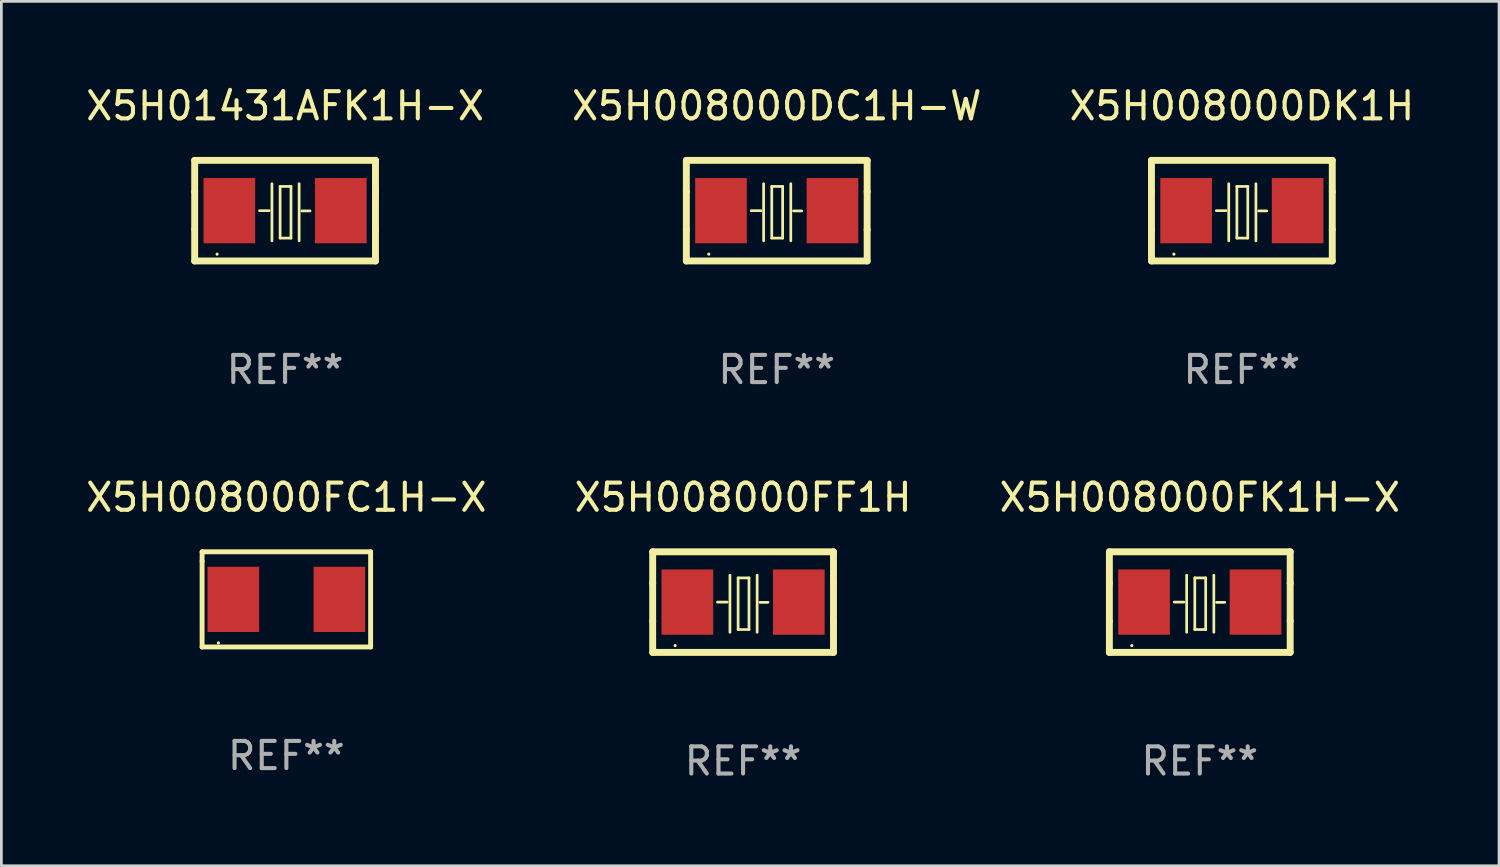
<source format=kicad_pcb>
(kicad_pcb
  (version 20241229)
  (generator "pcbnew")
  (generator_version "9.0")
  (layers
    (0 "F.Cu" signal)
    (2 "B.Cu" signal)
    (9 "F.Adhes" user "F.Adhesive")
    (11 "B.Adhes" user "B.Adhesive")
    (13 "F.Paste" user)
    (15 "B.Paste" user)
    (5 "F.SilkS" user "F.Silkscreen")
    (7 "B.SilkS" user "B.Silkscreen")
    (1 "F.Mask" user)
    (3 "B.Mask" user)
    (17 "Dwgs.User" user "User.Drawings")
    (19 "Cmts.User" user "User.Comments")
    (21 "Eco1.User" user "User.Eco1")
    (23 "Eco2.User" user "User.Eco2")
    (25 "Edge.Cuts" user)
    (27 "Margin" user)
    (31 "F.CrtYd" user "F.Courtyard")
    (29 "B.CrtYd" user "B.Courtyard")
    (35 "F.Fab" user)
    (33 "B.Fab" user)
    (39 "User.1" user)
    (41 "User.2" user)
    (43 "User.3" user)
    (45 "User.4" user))
  (footprint "X5H01431AFK1H-X"
    (layer "F.Cu")
    (at 7.435 4.698)
    (property "Reference" "X5H01431AFK1H-X" (at 0 -3.85 0) (layer "F.SilkS") (effects (font (size 1 1) (thickness 0.15))))
    (attr through_hole)
    (fp_line (start -3.325 0.7) (end -3.325 -0.7) (stroke (width 0.254) (type solid)) (layer "F.SilkS"))
    (fp_line (start -3.325 -1.85) (end 3.325 -1.85) (stroke (width 0.254) (type solid)) (layer "F.SilkS"))
    (fp_line (start -3.325 -0.7) (end -3.325 -1.85) (stroke (width 0.254) (type solid)) (layer "F.SilkS"))
    (fp_line (start -3.325 1.85) (end -3.325 0.7) (stroke (width 0.254) (type solid)) (layer "F.SilkS"))
    (fp_line (start -0.94 -0.000127) (end -0.584 -0.000127) (stroke (width 0.1) (type solid)) (layer "F.SilkS"))
    (fp_line (start -0.483 -0.991) (end -0.483 1.109) (stroke (width 0.1) (type solid)) (layer "F.SilkS"))
    (fp_line (start -0.183 -0.891) (end -0.183 1.009) (stroke (width 0.1) (type solid)) (layer "F.SilkS"))
    (fp_line (start -0.183 1.009) (end 0.217 1.009) (stroke (width 0.1) (type solid)) (layer "F.SilkS"))
    (fp_line (start 0.217 -0.891) (end -0.183 -0.891) (stroke (width 0.1) (type solid)) (layer "F.SilkS"))
    (fp_line (start 0.217 1.009) (end 0.217 -0.891) (stroke (width 0.1) (type solid)) (layer "F.SilkS"))
    (fp_line (start 0.517 -0.991) (end 0.517 1.109) (stroke (width 0.1) (type solid)) (layer "F.SilkS"))
    (fp_line (start 0.617 0.009) (end 0.917 0.009) (stroke (width 0.1) (type solid)) (layer "F.SilkS"))
    (fp_line (start 3.325 -1.85) (end 3.325 -0.7) (stroke (width 0.254) (type solid)) (layer "F.SilkS"))
    (fp_line (start 3.325 0.7) (end 3.325 1.85) (stroke (width 0.254) (type solid)) (layer "F.SilkS"))
    (fp_line (start 3.325 1.85) (end -3.325 1.85) (stroke (width 0.254) (type solid)) (layer "F.SilkS"))
    (fp_line (start 3.325 -0.7) (end 3.325 0.7) (stroke (width 0.254) (type solid)) (layer "F.SilkS"))
    (fp_circle (center -2.5 1.6) (end -2.47 1.6) (stroke (width 0.06) (type solid)) (fill no) (layer "F.SilkS"))
    (fp_text user "REF**" (at 0 5.85 0) (layer "F.Fab") (effects (font (size 1 1) (thickness 0.15))))
    (pad "1" smd rect (at -2.05 -0.000127) (size 1.9 2.4) (layers "F.Cu" "F.Mask" "F.Paste"))
    (pad "2" smd rect (at 2.05 -0.000127) (size 1.9 2.4) (layers "F.Cu" "F.Mask" "F.Paste")))
  (footprint "X5H008000FK1H-X"
    (layer "F.Cu")
    (at 41.077 19.095)
    (property "Reference" "X5H008000FK1H-X" (at 0 -3.85 0) (layer "F.SilkS") (effects (font (size 1 1) (thickness 0.15))))
    (attr through_hole)
    (fp_line (start -3.325 0.7) (end -3.325 -0.7) (stroke (width 0.254) (type solid)) (layer "F.SilkS"))
    (fp_line (start -3.325 -1.85) (end 3.325 -1.85) (stroke (width 0.254) (type solid)) (layer "F.SilkS"))
    (fp_line (start -3.325 -0.7) (end -3.325 -1.85) (stroke (width 0.254) (type solid)) (layer "F.SilkS"))
    (fp_line (start -3.325 1.85) (end -3.325 0.7) (stroke (width 0.254) (type solid)) (layer "F.SilkS"))
    (fp_line (start -0.94 -0.000127) (end -0.584 -0.000127) (stroke (width 0.1) (type solid)) (layer "F.SilkS"))
    (fp_line (start -0.483 -0.991) (end -0.483 1.109) (stroke (width 0.1) (type solid)) (layer "F.SilkS"))
    (fp_line (start -0.183 -0.891) (end -0.183 1.009) (stroke (width 0.1) (type solid)) (layer "F.SilkS"))
    (fp_line (start -0.183 1.009) (end 0.217 1.009) (stroke (width 0.1) (type solid)) (layer "F.SilkS"))
    (fp_line (start 0.217 -0.891) (end -0.183 -0.891) (stroke (width 0.1) (type solid)) (layer "F.SilkS"))
    (fp_line (start 0.217 1.009) (end 0.217 -0.891) (stroke (width 0.1) (type solid)) (layer "F.SilkS"))
    (fp_line (start 0.517 -0.991) (end 0.517 1.109) (stroke (width 0.1) (type solid)) (layer "F.SilkS"))
    (fp_line (start 0.617 0.009) (end 0.917 0.009) (stroke (width 0.1) (type solid)) (layer "F.SilkS"))
    (fp_line (start 3.325 -1.85) (end 3.325 -0.7) (stroke (width 0.254) (type solid)) (layer "F.SilkS"))
    (fp_line (start 3.325 0.7) (end 3.325 1.85) (stroke (width 0.254) (type solid)) (layer "F.SilkS"))
    (fp_line (start 3.325 1.85) (end -3.325 1.85) (stroke (width 0.254) (type solid)) (layer "F.SilkS"))
    (fp_line (start 3.325 -0.7) (end 3.325 0.7) (stroke (width 0.254) (type solid)) (layer "F.SilkS"))
    (fp_circle (center -2.5 1.6) (end -2.47 1.6) (stroke (width 0.06) (type solid)) (fill no) (layer "F.SilkS"))
    (fp_text user "REF**" (at 0 5.85 0) (layer "F.Fab") (effects (font (size 1 1) (thickness 0.15))))
    (pad "1" smd rect (at -2.05 -0.000127) (size 1.9 2.4) (layers "F.Cu" "F.Mask" "F.Paste"))
    (pad "2" smd rect (at 2.05 -0.000127) (size 1.9 2.4) (layers "F.Cu" "F.Mask" "F.Paste")))
  (footprint "X5H008000DC1H-W"
    (layer "F.Cu")
    (at 25.518 4.698)
    (property "Reference" "X5H008000DC1H-W" (at 0 -3.85 0) (layer "F.SilkS") (effects (font (size 1 1) (thickness 0.15))))
    (attr through_hole)
    (fp_line (start -3.325 0.7) (end -3.325 -0.7) (stroke (width 0.254) (type solid)) (layer "F.SilkS"))
    (fp_line (start -3.325 -1.85) (end 3.325 -1.85) (stroke (width 0.254) (type solid)) (layer "F.SilkS"))
    (fp_line (start -3.325 -0.7) (end -3.325 -1.85) (stroke (width 0.254) (type solid)) (layer "F.SilkS"))
    (fp_line (start -3.325 1.85) (end -3.325 0.7) (stroke (width 0.254) (type solid)) (layer "F.SilkS"))
    (fp_line (start -0.94 -0.000127) (end -0.584 -0.000127) (stroke (width 0.1) (type solid)) (layer "F.SilkS"))
    (fp_line (start -0.483 -0.991) (end -0.483 1.109) (stroke (width 0.1) (type solid)) (layer "F.SilkS"))
    (fp_line (start -0.183 -0.891) (end -0.183 1.009) (stroke (width 0.1) (type solid)) (layer "F.SilkS"))
    (fp_line (start -0.183 1.009) (end 0.217 1.009) (stroke (width 0.1) (type solid)) (layer "F.SilkS"))
    (fp_line (start 0.217 -0.891) (end -0.183 -0.891) (stroke (width 0.1) (type solid)) (layer "F.SilkS"))
    (fp_line (start 0.217 1.009) (end 0.217 -0.891) (stroke (width 0.1) (type solid)) (layer "F.SilkS"))
    (fp_line (start 0.517 -0.991) (end 0.517 1.109) (stroke (width 0.1) (type solid)) (layer "F.SilkS"))
    (fp_line (start 0.617 0.009) (end 0.917 0.009) (stroke (width 0.1) (type solid)) (layer "F.SilkS"))
    (fp_line (start 3.325 -1.85) (end 3.325 -0.7) (stroke (width 0.254) (type solid)) (layer "F.SilkS"))
    (fp_line (start 3.325 0.7) (end 3.325 1.85) (stroke (width 0.254) (type solid)) (layer "F.SilkS"))
    (fp_line (start 3.325 1.85) (end -3.325 1.85) (stroke (width 0.254) (type solid)) (layer "F.SilkS"))
    (fp_line (start 3.325 -0.7) (end 3.325 0.7) (stroke (width 0.254) (type solid)) (layer "F.SilkS"))
    (fp_circle (center -2.5 1.6) (end -2.47 1.6) (stroke (width 0.06) (type solid)) (fill no) (layer "F.SilkS"))
    (fp_text user "REF**" (at 0 5.85 0) (layer "F.Fab") (effects (font (size 1 1) (thickness 0.15))))
    (pad "1" smd rect (at -2.05 -0.000127) (size 1.9 2.4) (layers "F.Cu" "F.Mask" "F.Paste"))
    (pad "2" smd rect (at 2.05 -0.000127) (size 1.9 2.4) (layers "F.Cu" "F.Mask" "F.Paste")))
  (footprint "X5H008000FC1H-X"
    (layer "F.Cu")
    (at 7.482 18.995)
    (property "Reference" "X5H008000FC1H-X" (at 0 -3.75 0) (layer "F.SilkS") (effects (font (size 1 1) (thickness 0.15))))
    (attr through_hole)
    (fp_line (start -3.099 -1.75) (end 3.099 -1.75) (stroke (width 0.18) (type solid)) (layer "F.SilkS"))
    (fp_line (start -3.099 -1.4) (end -3.099 -1.75) (stroke (width 0.18) (type solid)) (layer "F.SilkS"))
    (fp_line (start -3.099 1.75) (end -3.099 -1.4) (stroke (width 0.18) (type solid)) (layer "F.SilkS"))
    (fp_line (start 3.099 -1.75) (end 3.099 1.75) (stroke (width 0.18) (type solid)) (layer "F.SilkS"))
    (fp_line (start 3.099 1.75) (end -3.099 1.75) (stroke (width 0.18) (type solid)) (layer "F.SilkS"))
    (fp_circle (center -2.5 1.6) (end -2.47 1.6) (stroke (width 0.06) (type solid)) (fill no) (layer "F.SilkS"))
    (fp_text user "REF**" (at 0 5.75 0) (layer "F.Fab") (effects (font (size 1 1) (thickness 0.15))))
    (pad "1" smd rect (at -1.95 0) (size 1.9 2.4) (layers "F.Cu" "F.Mask" "F.Paste"))
    (pad "2" smd rect (at 1.95 0) (size 1.9 2.4) (layers "F.Cu" "F.Mask" "F.Paste")))
  (footprint "X5H008000FF1H"
    (layer "F.Cu")
    (at 24.28 19.095)
    (property "Reference" "X5H008000FF1H" (at 0 -3.85 0) (layer "F.SilkS") (effects (font (size 1 1) (thickness 0.15))))
    (attr through_hole)
    (fp_line (start -3.325 0.7) (end -3.325 -0.7) (stroke (width 0.254) (type solid)) (layer "F.SilkS"))
    (fp_line (start -3.325 -1.85) (end 3.325 -1.85) (stroke (width 0.254) (type solid)) (layer "F.SilkS"))
    (fp_line (start -3.325 -0.7) (end -3.325 -1.85) (stroke (width 0.254) (type solid)) (layer "F.SilkS"))
    (fp_line (start -3.325 1.85) (end -3.325 0.7) (stroke (width 0.254) (type solid)) (layer "F.SilkS"))
    (fp_line (start -0.94 -0.000127) (end -0.584 -0.000127) (stroke (width 0.1) (type solid)) (layer "F.SilkS"))
    (fp_line (start -0.483 -0.991) (end -0.483 1.109) (stroke (width 0.1) (type solid)) (layer "F.SilkS"))
    (fp_line (start -0.183 -0.891) (end -0.183 1.009) (stroke (width 0.1) (type solid)) (layer "F.SilkS"))
    (fp_line (start -0.183 1.009) (end 0.217 1.009) (stroke (width 0.1) (type solid)) (layer "F.SilkS"))
    (fp_line (start 0.217 -0.891) (end -0.183 -0.891) (stroke (width 0.1) (type solid)) (layer "F.SilkS"))
    (fp_line (start 0.217 1.009) (end 0.217 -0.891) (stroke (width 0.1) (type solid)) (layer "F.SilkS"))
    (fp_line (start 0.517 -0.991) (end 0.517 1.109) (stroke (width 0.1) (type solid)) (layer "F.SilkS"))
    (fp_line (start 0.617 0.009) (end 0.917 0.009) (stroke (width 0.1) (type solid)) (layer "F.SilkS"))
    (fp_line (start 3.325 -1.85) (end 3.325 -0.7) (stroke (width 0.254) (type solid)) (layer "F.SilkS"))
    (fp_line (start 3.325 0.7) (end 3.325 1.85) (stroke (width 0.254) (type solid)) (layer "F.SilkS"))
    (fp_line (start 3.325 1.85) (end -3.325 1.85) (stroke (width 0.254) (type solid)) (layer "F.SilkS"))
    (fp_line (start 3.325 -0.7) (end 3.325 0.7) (stroke (width 0.254) (type solid)) (layer "F.SilkS"))
    (fp_circle (center -2.5 1.6) (end -2.47 1.6) (stroke (width 0.06) (type solid)) (fill no) (layer "F.SilkS"))
    (fp_text user "REF**" (at 0 5.85 0) (layer "F.Fab") (effects (font (size 1 1) (thickness 0.15))))
    (pad "1" smd rect (at -2.05 -0.000127) (size 1.9 2.4) (layers "F.Cu" "F.Mask" "F.Paste"))
    (pad "2" smd rect (at 2.05 -0.000127) (size 1.9 2.4) (layers "F.Cu" "F.Mask" "F.Paste")))
  (footprint "X5H008000DK1H"
    (layer "F.Cu")
    (at 42.625 4.698)
    (property "Reference" "X5H008000DK1H" (at 0 -3.85 0) (layer "F.SilkS") (effects (font (size 1 1) (thickness 0.15))))
    (attr through_hole)
    (fp_line (start -3.325 0.7) (end -3.325 -0.7) (stroke (width 0.254) (type solid)) (layer "F.SilkS"))
    (fp_line (start -3.325 -1.85) (end 3.325 -1.85) (stroke (width 0.254) (type solid)) (layer "F.SilkS"))
    (fp_line (start -3.325 -0.7) (end -3.325 -1.85) (stroke (width 0.254) (type solid)) (layer "F.SilkS"))
    (fp_line (start -3.325 1.85) (end -3.325 0.7) (stroke (width 0.254) (type solid)) (layer "F.SilkS"))
    (fp_line (start -0.94 -0.000127) (end -0.584 -0.000127) (stroke (width 0.1) (type solid)) (layer "F.SilkS"))
    (fp_line (start -0.483 -0.991) (end -0.483 1.109) (stroke (width 0.1) (type solid)) (layer "F.SilkS"))
    (fp_line (start -0.183 -0.891) (end -0.183 1.009) (stroke (width 0.1) (type solid)) (layer "F.SilkS"))
    (fp_line (start -0.183 1.009) (end 0.217 1.009) (stroke (width 0.1) (type solid)) (layer "F.SilkS"))
    (fp_line (start 0.217 -0.891) (end -0.183 -0.891) (stroke (width 0.1) (type solid)) (layer "F.SilkS"))
    (fp_line (start 0.217 1.009) (end 0.217 -0.891) (stroke (width 0.1) (type solid)) (layer "F.SilkS"))
    (fp_line (start 0.517 -0.991) (end 0.517 1.109) (stroke (width 0.1) (type solid)) (layer "F.SilkS"))
    (fp_line (start 0.617 0.009) (end 0.917 0.009) (stroke (width 0.1) (type solid)) (layer "F.SilkS"))
    (fp_line (start 3.325 -1.85) (end 3.325 -0.7) (stroke (width 0.254) (type solid)) (layer "F.SilkS"))
    (fp_line (start 3.325 0.7) (end 3.325 1.85) (stroke (width 0.254) (type solid)) (layer "F.SilkS"))
    (fp_line (start 3.325 1.85) (end -3.325 1.85) (stroke (width 0.254) (type solid)) (layer "F.SilkS"))
    (fp_line (start 3.325 -0.7) (end 3.325 0.7) (stroke (width 0.254) (type solid)) (layer "F.SilkS"))
    (fp_circle (center -2.5 1.6) (end -2.47 1.6) (stroke (width 0.06) (type solid)) (fill no) (layer "F.SilkS"))
    (fp_text user "REF**" (at 0 5.85 0) (layer "F.Fab") (effects (font (size 1 1) (thickness 0.15))))
    (pad "1" smd rect (at -2.05 -0.000203) (size 1.9 2.4) (layers "F.Cu" "F.Mask" "F.Paste"))
    (pad "2" smd rect (at 2.05 -0.000203) (size 1.9 2.4) (layers "F.Cu" "F.Mask" "F.Paste")))
  (gr_rect
    (start -3 -3)
    (end 52.083 28.793)
    (stroke (width 0.1) (type default))
    (fill no)
    (layer "Edge.Cuts")))
</source>
